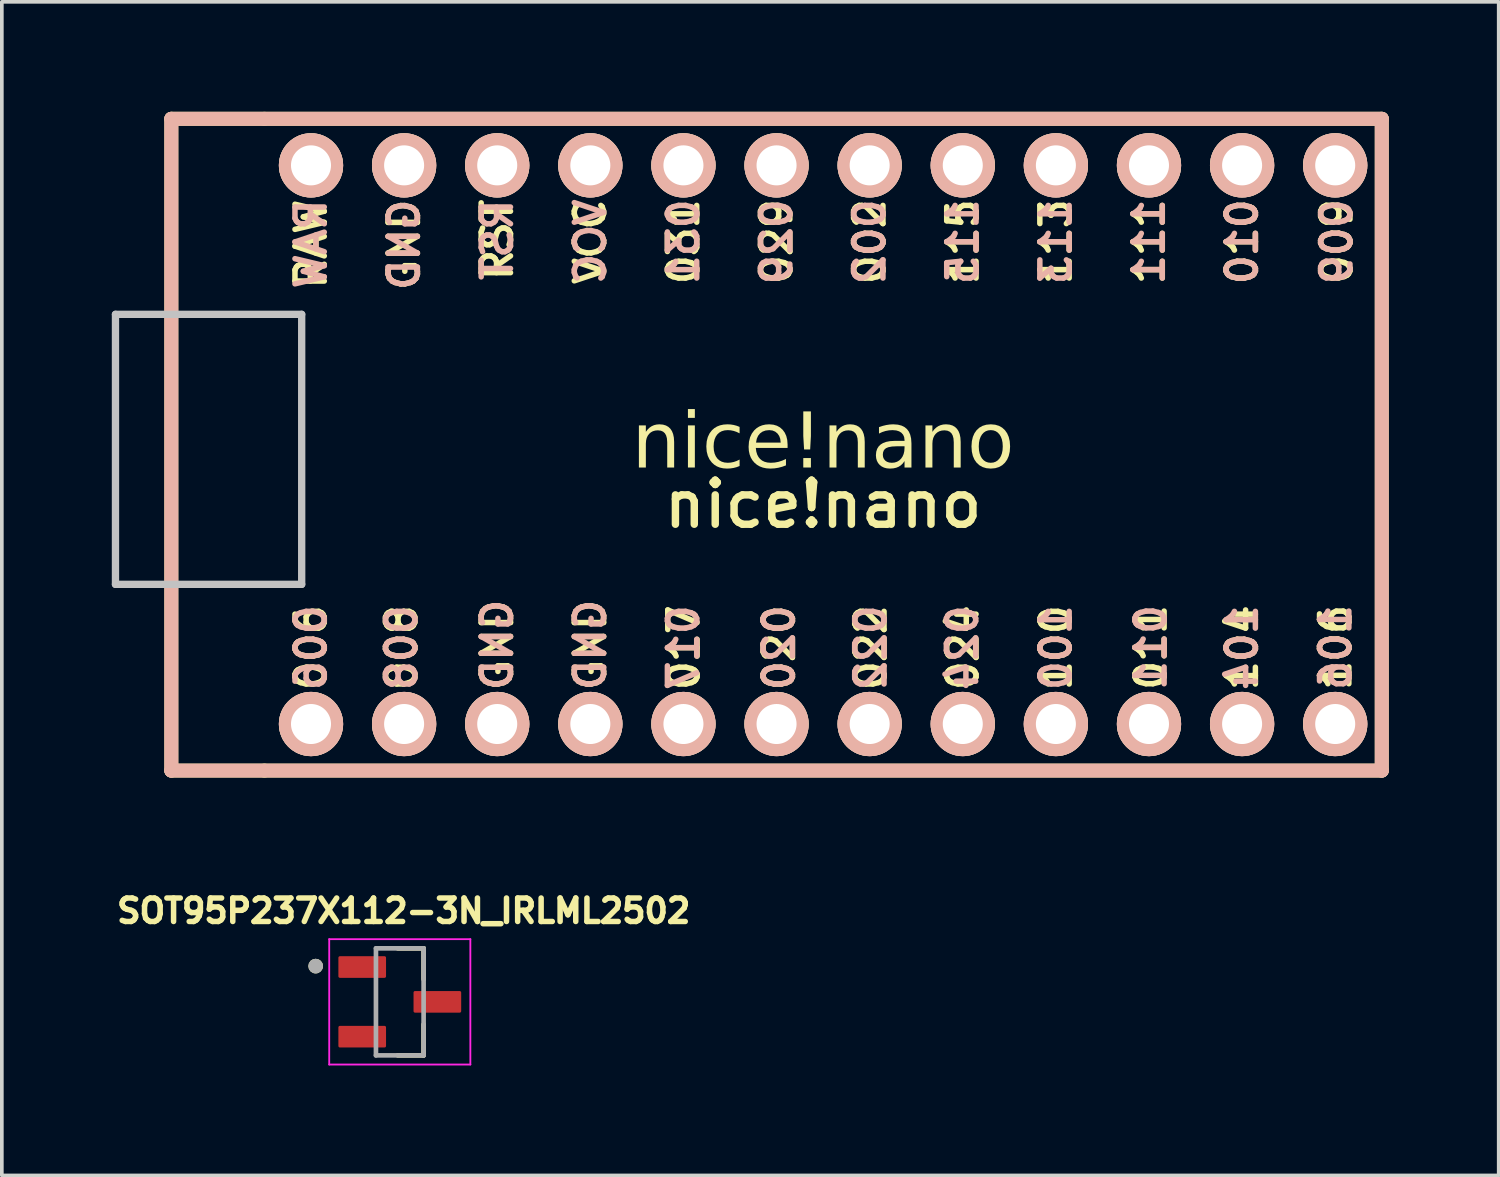
<source format=kicad_pcb>
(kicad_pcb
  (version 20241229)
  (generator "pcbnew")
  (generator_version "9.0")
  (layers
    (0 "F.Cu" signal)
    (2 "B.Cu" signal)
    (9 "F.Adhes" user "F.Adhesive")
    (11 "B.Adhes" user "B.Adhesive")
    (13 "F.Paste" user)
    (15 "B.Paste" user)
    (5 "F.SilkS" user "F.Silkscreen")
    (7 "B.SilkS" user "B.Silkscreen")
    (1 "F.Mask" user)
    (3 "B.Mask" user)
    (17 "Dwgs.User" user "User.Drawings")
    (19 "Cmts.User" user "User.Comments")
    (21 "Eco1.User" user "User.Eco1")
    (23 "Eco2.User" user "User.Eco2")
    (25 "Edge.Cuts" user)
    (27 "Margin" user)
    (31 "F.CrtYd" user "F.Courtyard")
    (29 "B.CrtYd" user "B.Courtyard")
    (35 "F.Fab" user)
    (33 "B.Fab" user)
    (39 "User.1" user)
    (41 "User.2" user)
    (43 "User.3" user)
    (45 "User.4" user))
  (footprint "nice!nano"
    (layer "F.Cu")
    (at 19.404 9.081)
    (property "Reference" "nice!nano" (at 0 1.625 0) (layer "F.SilkS") (effects (font (size 1.2 1.2) (thickness 0.203))))
    (attr through_hole)
    (fp_line (start -17.78 -8.89) (end -17.78 8.89) (stroke (width 0.381) (type solid)) (layer "F.SilkS"))
    (fp_line (start -17.78 8.89) (end -15.24 8.89) (stroke (width 0.381) (type solid)) (layer "F.SilkS"))
    (fp_line (start -15.24 -8.89) (end -17.78 -8.89) (stroke (width 0.381) (type solid)) (layer "F.SilkS"))
    (fp_line (start -15.24 8.89) (end 15.24 8.89) (stroke (width 0.381) (type solid)) (layer "F.SilkS"))
    (fp_line (start 15.24 -8.89) (end -15.24 -8.89) (stroke (width 0.381) (type solid)) (layer "F.SilkS"))
    (fp_line (start 15.24 8.89) (end 15.24 -8.89) (stroke (width 0.381) (type solid)) (layer "F.SilkS"))
    (fp_line (start -17.78 -8.89) (end -17.78 8.89) (stroke (width 0.381) (type solid)) (layer "B.SilkS"))
    (fp_line (start -17.78 8.89) (end 15.24 8.89) (stroke (width 0.381) (type solid)) (layer "B.SilkS"))
    (fp_line (start 15.24 -8.89) (end -17.78 -8.89) (stroke (width 0.381) (type solid)) (layer "B.SilkS"))
    (fp_line (start 15.24 8.89) (end 15.24 -8.89) (stroke (width 0.381) (type solid)) (layer "B.SilkS"))
    (fp_line (start -19.304 -3.556) (end -14.224 -3.556) (stroke (width 0.2) (type solid)) (layer "Dwgs.User"))
    (fp_line (start -19.304 3.81) (end -19.304 -3.556) (stroke (width 0.2) (type solid)) (layer "Dwgs.User"))
    (fp_line (start -14.224 -3.556) (end -14.224 3.81) (stroke (width 0.2) (type solid)) (layer "Dwgs.User"))
    (fp_line (start -14.224 3.81) (end -19.304 3.81) (stroke (width 0.2) (type solid)) (layer "Dwgs.User"))
    (fp_text user "011" (at 8.94 5.53 90) (layer "F.SilkS") (effects (font (size 0.8 0.8) (thickness 0.15))))
    (fp_text user "115" (at 3.81 -5.537 90) (layer "F.SilkS") (effects (font (size 0.8 0.8) (thickness 0.15))))
    (fp_text user "RAW" (at -13.97 -5.474 90) (layer "F.SilkS") (effects (font (size 0.8 0.8) (thickness 0.15))))
    (fp_text user "113" (at 6.35 -5.537 90) (layer "F.SilkS") (effects (font (size 0.8 0.8) (thickness 0.15))))
    (fp_text user "017" (at -3.8 5.537 90) (layer "F.SilkS") (effects (font (size 0.8 0.8) (thickness 0.15))))
    (fp_text user "106" (at 13.98 5.53 90) (layer "F.SilkS") (effects (font (size 0.8 0.8) (thickness 0.15))))
    (fp_text user "RST" (at -8.89 -5.588 90) (layer "F.SilkS") (effects (font (size 0.8 0.8) (thickness 0.15))))
    (fp_text user "104" (at 11.43 5.537 90) (layer "F.SilkS") (effects (font (size 0.8 0.8) (thickness 0.15))))
    (fp_text user "010" (at 11.43 -5.537 90) (layer "F.SilkS") (effects (font (size 0.8 0.8) (thickness 0.15))))
    (fp_text user "002" (at 1.27 -5.537 90) (layer "F.SilkS") (effects (font (size 0.8 0.8) (thickness 0.15))))
    (fp_text user "GND" (at -8.89 5.461 90) (layer "F.SilkS") (effects (font (size 0.8 0.8) (thickness 0.15))))
    (fp_text user "022" (at 1.3 5.537 90) (layer "F.SilkS") (effects (font (size 0.8 0.8) (thickness 0.15))))
    (fp_text user "009" (at 14.01 -5.54 90) (layer "F.SilkS") (effects (font (size 0.8 0.8) (thickness 0.15))))
    (fp_text user "GND" (at -11.43 -5.455 90) (layer "F.SilkS") (effects (font (size 0.8 0.8) (thickness 0.15))))
    (fp_text user "111" (at 8.89 -5.537 90) (layer "F.SilkS") (effects (font (size 0.8 0.8) (thickness 0.15))))
    (fp_text user "020" (at -1.2 5.537 90) (layer "F.SilkS") (effects (font (size 0.8 0.8) (thickness 0.15))))
    (fp_text user "GND" (at -6.35 5.461 90) (layer "F.SilkS") (effects (font (size 0.8 0.8) (thickness 0.15))))
    (fp_text user "031" (at -3.81 -5.537 90) (layer "F.SilkS") (effects (font (size 0.8 0.8) (thickness 0.15))))
    (fp_text user "008" (at -11.5 5.537 90) (layer "F.SilkS") (effects (font (size 0.8 0.8) (thickness 0.15))))
    (fp_text user "VCC" (at -6.35 -5.537 90) (layer "F.SilkS") (effects (font (size 0.8 0.8) (thickness 0.15))))
    (fp_text user "029" (at -1.27 -5.537 90) (layer "F.SilkS") (effects (font (size 0.8 0.8) (thickness 0.15))))
    (fp_text user "006" (at -13.97 5.537 90) (layer "F.SilkS") (effects (font (size 0.8 0.8) (thickness 0.15))))
    (fp_text user "100" (at 6.35 5.537 90) (layer "F.SilkS") (effects (font (size 0.8 0.8) (thickness 0.15))))
    (fp_text user "024" (at 3.81 5.537 90) (layer "F.SilkS") (effects (font (size 0.8 0.8) (thickness 0.15))))
    (fp_text user "nice!nano" (at 0 0 180) (layer "F.SilkS") (effects (font (face "Tahoma") (size 1.5 1.5) (thickness 0.3))))
    (fp_text user "VCC" (at -6.35 -5.537 90) (layer "B.SilkS") (effects (font (size 0.8 0.8) (thickness 0.15)) (justify mirror)))
    (fp_text user "RST" (at -8.89 -5.588 90) (layer "B.SilkS") (effects (font (size 0.8 0.8) (thickness 0.15)) (justify mirror)))
    (fp_text user "GND" (at -8.89 5.461 90) (layer "B.SilkS") (effects (font (size 0.8 0.8) (thickness 0.15)) (justify mirror)))
    (fp_text user "020" (at -1.2 5.537 90) (layer "B.SilkS") (effects (font (size 0.8 0.8) (thickness 0.15)) (justify mirror)))
    (fp_text user "113" (at 6.35 -5.537 90) (layer "B.SilkS") (effects (font (size 0.8 0.8) (thickness 0.15)) (justify mirror)))
    (fp_text user "GND" (at -11.43 -5.455 90) (layer "B.SilkS") (effects (font (size 0.8 0.8) (thickness 0.15)) (justify mirror)))
    (fp_text user "009" (at 14.01 -5.54 90) (layer "B.SilkS") (effects (font (size 0.8 0.8) (thickness 0.15)) (justify mirror)))
    (fp_text user "022" (at 1.3 5.537 90) (layer "B.SilkS") (effects (font (size 0.8 0.8) (thickness 0.15)) (justify mirror)))
    (fp_text user "100" (at 6.35 5.537 90) (layer "B.SilkS") (effects (font (size 0.8 0.8) (thickness 0.15)) (justify mirror)))
    (fp_text user "GND" (at -6.35 5.461 90) (layer "B.SilkS") (effects (font (size 0.8 0.8) (thickness 0.15)) (justify mirror)))
    (fp_text user "RAW" (at -13.97 -5.474 90) (layer "B.SilkS") (effects (font (size 0.8 0.8) (thickness 0.15)) (justify mirror)))
    (fp_text user "017" (at -3.81 5.537 90) (layer "B.SilkS") (effects (font (size 0.8 0.8) (thickness 0.15)) (justify mirror)))
    (fp_text user "024" (at 3.8 5.537 90) (layer "B.SilkS") (effects (font (size 0.8 0.8) (thickness 0.15)) (justify mirror)))
    (fp_text user "115" (at 3.81 -5.537 90) (layer "B.SilkS") (effects (font (size 0.8 0.8) (thickness 0.15)) (justify mirror)))
    (fp_text user "029" (at -1.27 -5.537 90) (layer "B.SilkS") (effects (font (size 0.8 0.8) (thickness 0.15)) (justify mirror)))
    (fp_text user "008" (at -11.5 5.537 90) (layer "B.SilkS") (effects (font (size 0.8 0.8) (thickness 0.15)) (justify mirror)))
    (fp_text user "010" (at 11.43 -5.537 90) (layer "B.SilkS") (effects (font (size 0.8 0.8) (thickness 0.15)) (justify mirror)))
    (fp_text user "002" (at 1.27 -5.537 90) (layer "B.SilkS") (effects (font (size 0.8 0.8) (thickness 0.15)) (justify mirror)))
    (fp_text user "006" (at -13.97 5.537 90) (layer "B.SilkS") (effects (font (size 0.8 0.8) (thickness 0.15)) (justify mirror)))
    (fp_text user "011" (at 8.94 5.53 90) (layer "B.SilkS") (effects (font (size 0.8 0.8) (thickness 0.15)) (justify mirror)))
    (fp_text user "106" (at 13.98 5.53 90) (layer "B.SilkS") (effects (font (size 0.8 0.8) (thickness 0.15)) (justify mirror)))
    (fp_text user "104" (at 11.43 5.537 90) (layer "B.SilkS") (effects (font (size 0.8 0.8) (thickness 0.15)) (justify mirror)))
    (fp_text user "031" (at -3.81 -5.537 90) (layer "B.SilkS") (effects (font (size 0.8 0.8) (thickness 0.15)) (justify mirror)))
    (fp_text user "111" (at 8.89 -5.537 90) (layer "B.SilkS") (effects (font (size 0.8 0.8) (thickness 0.15)) (justify mirror)))
    (pad "1" thru_hole circle (at -13.97 7.62) (size 1.753 1.753) (drill 1.092) (layers "*.Cu" "*.SilkS" "*.Mask"))
    (pad "2" thru_hole circle (at -11.43 7.62) (size 1.753 1.753) (drill 1.092) (layers "*.Cu" "*.SilkS" "*.Mask"))
    (pad "3" thru_hole circle (at -8.89 7.62) (size 1.753 1.753) (drill 1.092) (layers "*.Cu" "*.SilkS" "*.Mask"))
    (pad "4" thru_hole circle (at -6.35 7.62) (size 1.753 1.753) (drill 1.092) (layers "*.Cu" "*.SilkS" "*.Mask"))
    (pad "5" thru_hole circle (at -3.81 7.62) (size 1.753 1.753) (drill 1.092) (layers "*.Cu" "*.SilkS" "*.Mask"))
    (pad "6" thru_hole circle (at -1.27 7.62) (size 1.753 1.753) (drill 1.092) (layers "*.Cu" "*.SilkS" "*.Mask"))
    (pad "7" thru_hole circle (at 1.27 7.62) (size 1.753 1.753) (drill 1.092) (layers "*.Cu" "*.SilkS" "*.Mask"))
    (pad "8" thru_hole circle (at 3.81 7.62) (size 1.753 1.753) (drill 1.092) (layers "*.Cu" "*.SilkS" "*.Mask"))
    (pad "9" thru_hole circle (at 6.35 7.62) (size 1.753 1.753) (drill 1.092) (layers "*.Cu" "*.SilkS" "*.Mask"))
    (pad "10" thru_hole circle (at 8.89 7.62) (size 1.753 1.753) (drill 1.092) (layers "*.Cu" "*.SilkS" "*.Mask"))
    (pad "11" thru_hole circle (at 11.43 7.62) (size 1.753 1.753) (drill 1.092) (layers "*.Cu" "*.SilkS" "*.Mask"))
    (pad "12" thru_hole circle (at 13.97 7.62) (size 1.753 1.753) (drill 1.092) (layers "*.Cu" "*.SilkS" "*.Mask"))
    (pad "13" thru_hole circle (at 13.97 -7.62) (size 1.753 1.753) (drill 1.092) (layers "*.Cu" "*.SilkS" "*.Mask"))
    (pad "14" thru_hole circle (at 11.43 -7.62) (size 1.753 1.753) (drill 1.092) (layers "*.Cu" "*.SilkS" "*.Mask"))
    (pad "15" thru_hole circle (at 8.89 -7.62) (size 1.753 1.753) (drill 1.092) (layers "*.Cu" "*.SilkS" "*.Mask"))
    (pad "16" thru_hole circle (at 6.35 -7.62) (size 1.753 1.753) (drill 1.092) (layers "*.Cu" "*.SilkS" "*.Mask"))
    (pad "17" thru_hole circle (at 3.81 -7.62) (size 1.753 1.753) (drill 1.092) (layers "*.Cu" "*.SilkS" "*.Mask"))
    (pad "18" thru_hole circle (at 1.27 -7.62) (size 1.753 1.753) (drill 1.092) (layers "*.Cu" "*.SilkS" "*.Mask"))
    (pad "19" thru_hole circle (at -1.27 -7.62) (size 1.753 1.753) (drill 1.092) (layers "*.Cu" "*.SilkS" "*.Mask"))
    (pad "20" thru_hole circle (at -3.81 -7.62) (size 1.753 1.753) (drill 1.092) (layers "*.Cu" "*.SilkS" "*.Mask"))
    (pad "21" thru_hole circle (at -6.35 -7.62) (size 1.753 1.753) (drill 1.092) (layers "*.Cu" "*.SilkS" "*.Mask"))
    (pad "22" thru_hole circle (at -8.89 -7.62) (size 1.753 1.753) (drill 1.092) (layers "*.Cu" "*.SilkS" "*.Mask"))
    (pad "23" thru_hole circle (at -11.43 -7.62) (size 1.753 1.753) (drill 1.092) (layers "*.Cu" "*.SilkS" "*.Mask"))
    (pad "24" thru_hole circle (at -13.97 -7.62) (size 1.753 1.753) (drill 1.092) (layers "*.Cu" "*.SilkS" "*.Mask")))
  (footprint "SOT95P237X112-3N_IRLML2502"
    (layer "F.Cu")
    (at 7.856 24.28)
    (property "Reference" "SOT95P237X112-3N_IRLML2502" (at 0.107 -2.481 0) (layer "F.SilkS") (effects (font (size 0.64 0.64) (thickness 0.15))))
    (attr smd)
    (fp_line (start -0.055 -1.46) (end 0.65 -1.46) (stroke (width 0.127) (type solid)) (layer "F.SilkS"))
    (fp_line (start 0.65 -1.46) (end 0.65 -0.615) (stroke (width 0.127) (type solid)) (layer "F.SilkS"))
    (fp_line (start 0.65 1.46) (end -0.055 1.46) (stroke (width 0.127) (type solid)) (layer "F.SilkS"))
    (fp_line (start 0.65 1.46) (end 0.65 0.615) (stroke (width 0.127) (type solid)) (layer "F.SilkS"))
    (fp_circle (center -2.295 -0.975) (end -2.195 -0.975) (stroke (width 0.2) (type solid)) (fill no) (layer "F.SilkS"))
    (fp_line (start -1.925 -1.71) (end -1.925 1.71) (stroke (width 0.05) (type solid)) (layer "F.CrtYd"))
    (fp_line (start -1.925 1.71) (end 1.925 1.71) (stroke (width 0.05) (type solid)) (layer "F.CrtYd"))
    (fp_line (start 1.925 -1.71) (end -1.925 -1.71) (stroke (width 0.05) (type solid)) (layer "F.CrtYd"))
    (fp_line (start 1.925 1.71) (end 1.925 -1.71) (stroke (width 0.05) (type solid)) (layer "F.CrtYd"))
    (fp_line (start -0.65 -1.46) (end 0.65 -1.46) (stroke (width 0.127) (type solid)) (layer "F.Fab"))
    (fp_line (start -0.65 1.46) (end -0.65 -1.46) (stroke (width 0.127) (type solid)) (layer "F.Fab"))
    (fp_line (start 0.65 -1.46) (end 0.65 1.46) (stroke (width 0.127) (type solid)) (layer "F.Fab"))
    (fp_line (start 0.65 1.46) (end -0.65 1.46) (stroke (width 0.127) (type solid)) (layer "F.Fab"))
    (fp_circle (center -2.295 -0.975) (end -2.195 -0.975) (stroke (width 0.2) (type solid)) (fill no) (layer "F.Fab"))
    (pad "1" smd roundrect (at -1.025 -0.95) (size 1.3 0.59) (layers "F.Cu" "F.Mask" "F.Paste") (roundrect_rratio 0.07))
    (pad "2" smd roundrect (at -1.025 0.95) (size 1.3 0.59) (layers "F.Cu" "F.Mask" "F.Paste") (roundrect_rratio 0.07))
    (pad "3" smd roundrect (at 1.025 0) (size 1.3 0.59) (layers "F.Cu" "F.Mask" "F.Paste") (roundrect_rratio 0.07)))
  (gr_rect
    (start -3 -3)
    (end 37.834 29.015)
    (stroke (width 0.1) (type default))
    (fill no)
    (layer "Edge.Cuts")))
</source>
